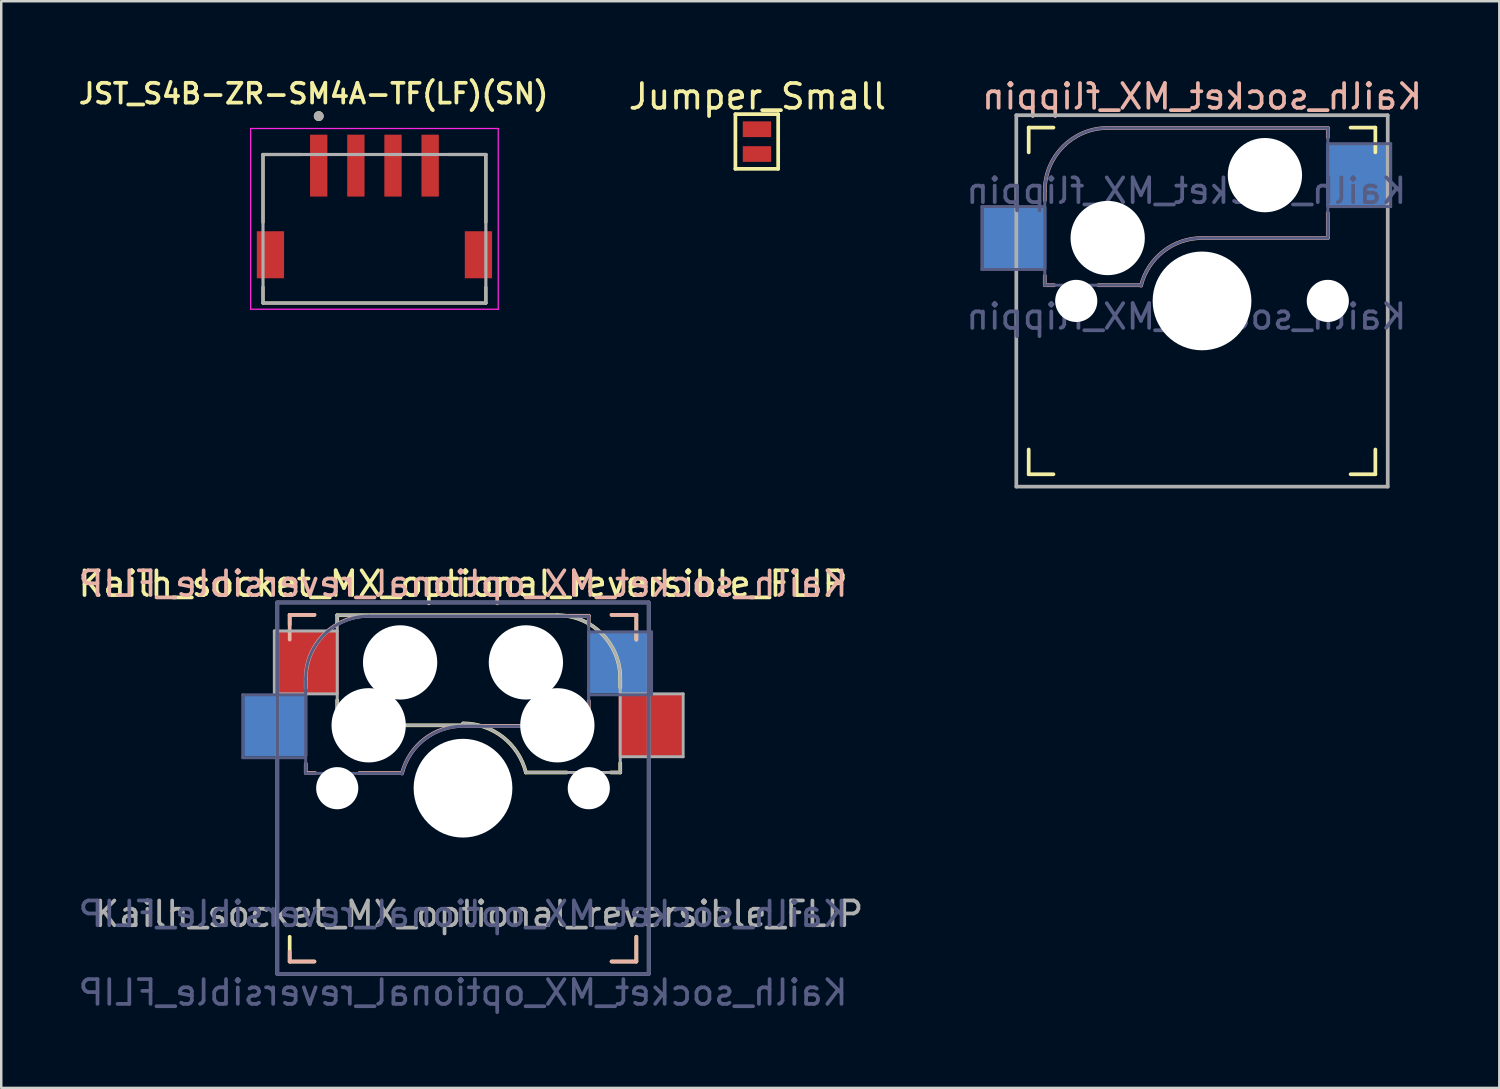
<source format=kicad_pcb>
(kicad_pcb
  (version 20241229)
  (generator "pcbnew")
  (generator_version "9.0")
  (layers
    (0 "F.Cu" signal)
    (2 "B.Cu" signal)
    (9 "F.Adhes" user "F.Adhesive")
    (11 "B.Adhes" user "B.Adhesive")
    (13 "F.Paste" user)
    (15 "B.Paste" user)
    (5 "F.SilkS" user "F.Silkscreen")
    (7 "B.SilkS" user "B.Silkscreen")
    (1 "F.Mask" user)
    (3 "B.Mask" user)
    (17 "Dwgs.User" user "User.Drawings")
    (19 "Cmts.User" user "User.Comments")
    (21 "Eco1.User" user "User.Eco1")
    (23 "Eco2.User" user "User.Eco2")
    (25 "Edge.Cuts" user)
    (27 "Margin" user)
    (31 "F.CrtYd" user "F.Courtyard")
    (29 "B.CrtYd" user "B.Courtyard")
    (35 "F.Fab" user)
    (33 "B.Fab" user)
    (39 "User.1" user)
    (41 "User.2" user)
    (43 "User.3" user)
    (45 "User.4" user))
  (footprint "Kailh_socket_MX_optional_reversible_FLIP"
    (layer "F.Cu")
    (at 15.649 28.782)
    (property "Reference" "Kailh_socket_MX_optional_reversible_FLIP" (at 0 -8.255 0) (layer "F.SilkS") (effects (font (size 1 1) (thickness 0.15))))
    (property "Value" "Kailh_socket_MX_optional_reversible_FLIP" (at 0 8.255 0) (layer "F.Fab") (hide yes) (effects (font (size 1 1) (thickness 0.15))))
    (attr smd)
    (fp_line (start -7 -7) (end -6 -7) (stroke (width 0.15) (type solid)) (layer "F.SilkS"))
    (fp_line (start -7 -6.604) (end -7 -7) (stroke (width 0.15) (type solid)) (layer "F.SilkS"))
    (fp_line (start -7 7) (end -7 6) (stroke (width 0.15) (type solid)) (layer "F.SilkS"))
    (fp_line (start -6 7) (end -7 7) (stroke (width 0.15) (type solid)) (layer "F.SilkS"))
    (fp_line (start -5.08 -6.985) (end -5.08 -6.604) (stroke (width 0.15) (type solid)) (layer "F.SilkS"))
    (fp_line (start -5.08 -3.556) (end -5.08 -3.175) (stroke (width 0.15) (type solid)) (layer "F.SilkS"))
    (fp_line (start -2.286 -2.54) (end 0 -2.54) (stroke (width 0.15) (type solid)) (layer "F.SilkS"))
    (fp_line (start 2.54 -0.635) (end 4.191 -0.635) (stroke (width 0.15) (type solid)) (layer "F.SilkS"))
    (fp_line (start 3.81 -6.985) (end -5.08 -6.985) (stroke (width 0.15) (type solid)) (layer "F.SilkS"))
    (fp_line (start 5.969 -0.635) (end 6.35 -0.635) (stroke (width 0.15) (type solid)) (layer "F.SilkS"))
    (fp_line (start 6 -7) (end 7 -7) (stroke (width 0.15) (type solid)) (layer "F.SilkS"))
    (fp_line (start 6.35 -4.445) (end 6.35 -4.064) (stroke (width 0.15) (type solid)) (layer "F.SilkS"))
    (fp_line (start 6.35 -0.635) (end 6.35 -1.016) (stroke (width 0.15) (type solid)) (layer "F.SilkS"))
    (fp_line (start 7 -7) (end 7 -6) (stroke (width 0.15) (type solid)) (layer "F.SilkS"))
    (fp_line (start 7 6) (end 7 7) (stroke (width 0.15) (type solid)) (layer "F.SilkS"))
    (fp_line (start 7 7) (end 6 7) (stroke (width 0.15) (type solid)) (layer "F.SilkS"))
    (fp_arc (start 0.000001 -2.618171) (mid 1.611255 -2.063656) (end 2.539999 -0.634999) (stroke (width 0.15) (type solid)) (layer "F.SilkS"))
    (fp_arc (start 3.81 -6.985) (mid 5.606051 -6.241051) (end 6.35 -4.445) (stroke (width 0.15) (type solid)) (layer "F.SilkS"))
    (fp_line (start -7 -7) (end -6 -7) (stroke (width 0.15) (type solid)) (layer "B.SilkS"))
    (fp_line (start -7 -6) (end -7 -7) (stroke (width 0.15) (type solid)) (layer "B.SilkS"))
    (fp_line (start -7 7) (end -7 6.604) (stroke (width 0.15) (type solid)) (layer "B.SilkS"))
    (fp_line (start -6.35 -4.422) (end -6.35 -4.041) (stroke (width 0.15) (type solid)) (layer "B.SilkS"))
    (fp_line (start -6.35 -0.993) (end -6.35 -0.612) (stroke (width 0.15) (type solid)) (layer "B.SilkS"))
    (fp_line (start -6.35 -0.612) (end -5.969 -0.612) (stroke (width 0.15) (type solid)) (layer "B.SilkS"))
    (fp_line (start -6 7) (end -7 7) (stroke (width 0.15) (type solid)) (layer "B.SilkS"))
    (fp_line (start -4.191 -0.612) (end -2.54 -0.612) (stroke (width 0.15) (type solid)) (layer "B.SilkS"))
    (fp_line (start 0 -2.517) (end 2.286 -2.517) (stroke (width 0.15) (type solid)) (layer "B.SilkS"))
    (fp_line (start 5.08 -6.962) (end -3.81 -6.962) (stroke (width 0.15) (type solid)) (layer "B.SilkS"))
    (fp_line (start 5.08 -6.581) (end 5.08 -6.962) (stroke (width 0.15) (type solid)) (layer "B.SilkS"))
    (fp_line (start 5.08 -3.152) (end 5.08 -3.533) (stroke (width 0.15) (type solid)) (layer "B.SilkS"))
    (fp_line (start 6 -7) (end 7 -7) (stroke (width 0.15) (type solid)) (layer "B.SilkS"))
    (fp_line (start 7 -7) (end 7 -6) (stroke (width 0.15) (type solid)) (layer "B.SilkS"))
    (fp_line (start 7 6) (end 7 7) (stroke (width 0.15) (type solid)) (layer "B.SilkS"))
    (fp_line (start 7 7) (end 6 7) (stroke (width 0.15) (type solid)) (layer "B.SilkS"))
    (fp_arc (start -6.35 -4.42214) (mid -5.606051 -6.218191) (end -3.81 -6.96214) (stroke (width 0.15) (type solid)) (layer "B.SilkS"))
    (fp_arc (start -2.464162 -0.59318) (mid -1.563147 -1.979182) (end 0 -2.51714) (stroke (width 0.15) (type solid)) (layer "B.SilkS"))
    (fp_line (start -6.9 6.9) (end -6.9 -6.9) (stroke (width 0.15) (type solid)) (layer "Eco2.User"))
    (fp_line (start -6.9 6.9) (end 6.9 6.9) (stroke (width 0.15) (type solid)) (layer "Eco2.User"))
    (fp_line (start 6.9 -6.9) (end -6.9 -6.9) (stroke (width 0.15) (type solid)) (layer "Eco2.User"))
    (fp_line (start 6.9 -6.9) (end 6.9 6.9) (stroke (width 0.15) (type solid)) (layer "Eco2.User"))
    (fp_line (start -8.895 -3.772) (end -8.895 -1.232) (stroke (width 0.12) (type solid)) (layer "B.Fab"))
    (fp_line (start -8.895 -1.232) (end -6.355 -1.232) (stroke (width 0.12) (type solid)) (layer "B.Fab"))
    (fp_line (start -7.5 -7.5) (end 7.5 -7.5) (stroke (width 0.15) (type solid)) (layer "B.Fab"))
    (fp_line (start -7.5 7.5) (end -7.5 -7.5) (stroke (width 0.15) (type solid)) (layer "B.Fab"))
    (fp_line (start -6.355 -4.407) (end -6.355 -0.597) (stroke (width 0.12) (type solid)) (layer "B.Fab"))
    (fp_line (start -6.355 -3.772) (end -8.895 -3.772) (stroke (width 0.12) (type solid)) (layer "B.Fab"))
    (fp_line (start -6.355 -0.597) (end -2.545 -0.597) (stroke (width 0.12) (type solid)) (layer "B.Fab"))
    (fp_line (start -0.005 -2.502) (end 5.075 -2.502) (stroke (width 0.12) (type solid)) (layer "B.Fab"))
    (fp_line (start 5.075 -6.947) (end -3.815 -6.947) (stroke (width 0.12) (type solid)) (layer "B.Fab"))
    (fp_line (start 5.075 -3.772) (end 7.615 -3.772) (stroke (width 0.12) (type solid)) (layer "B.Fab"))
    (fp_line (start 5.075 -2.502) (end 5.075 -6.947) (stroke (width 0.12) (type solid)) (layer "B.Fab"))
    (fp_line (start 7.5 -7.5) (end 7.5 7.5) (stroke (width 0.15) (type solid)) (layer "B.Fab"))
    (fp_line (start 7.5 7.5) (end -7.5 7.5) (stroke (width 0.15) (type solid)) (layer "B.Fab"))
    (fp_line (start 7.615 -6.312) (end 5.075 -6.312) (stroke (width 0.12) (type solid)) (layer "B.Fab"))
    (fp_line (start 7.615 -3.772) (end 7.615 -6.312) (stroke (width 0.12) (type solid)) (layer "B.Fab"))
    (fp_arc (start -6.35508 -4.4069) (mid -5.611131 -6.202951) (end -3.81508 -6.9469) (stroke (width 0.12) (type solid)) (layer "B.Fab"))
    (fp_arc (start -2.469242 -0.57794) (mid -1.568227 -1.963942) (end -0.00508 -2.5019) (stroke (width 0.12) (type solid)) (layer "B.Fab"))
    (fp_line (start -7.62 -6.35) (end -7.62 -3.81) (stroke (width 0.12) (type solid)) (layer "F.Fab"))
    (fp_line (start -7.62 -3.81) (end -5.08 -3.81) (stroke (width 0.12) (type solid)) (layer "F.Fab"))
    (fp_line (start -7.5 -7.5) (end 7.5 -7.5) (stroke (width 0.15) (type solid)) (layer "F.Fab"))
    (fp_line (start -7.5 7.5) (end -7.5 -7.5) (stroke (width 0.15) (type solid)) (layer "F.Fab"))
    (fp_line (start -5.08 -6.985) (end -5.08 -2.54) (stroke (width 0.12) (type solid)) (layer "F.Fab"))
    (fp_line (start -5.08 -6.35) (end -7.62 -6.35) (stroke (width 0.12) (type solid)) (layer "F.Fab"))
    (fp_line (start -5.08 -2.54) (end 0 -2.54) (stroke (width 0.12) (type solid)) (layer "F.Fab"))
    (fp_line (start 2.54 -0.635) (end 6.35 -0.635) (stroke (width 0.12) (type solid)) (layer "F.Fab"))
    (fp_line (start 3.81 -6.985) (end -5.08 -6.985) (stroke (width 0.12) (type solid)) (layer "F.Fab"))
    (fp_line (start 6.35 -1.27) (end 8.89 -1.27) (stroke (width 0.12) (type solid)) (layer "F.Fab"))
    (fp_line (start 6.35 -0.635) (end 6.35 -4.445) (stroke (width 0.12) (type solid)) (layer "F.Fab"))
    (fp_line (start 7.5 -7.5) (end 7.5 7.5) (stroke (width 0.15) (type solid)) (layer "F.Fab"))
    (fp_line (start 7.5 7.5) (end -7.5 7.5) (stroke (width 0.15) (type solid)) (layer "F.Fab"))
    (fp_line (start 8.89 -3.81) (end 6.35 -3.81) (stroke (width 0.12) (type solid)) (layer "F.Fab"))
    (fp_line (start 8.89 -1.27) (end 8.89 -3.81) (stroke (width 0.12) (type solid)) (layer "F.Fab"))
    (fp_arc (start 0.000001 -2.618171) (mid 1.611255 -2.063656) (end 2.539999 -0.634999) (stroke (width 0.12) (type solid)) (layer "F.Fab"))
    (fp_arc (start 3.81 -6.985) (mid 5.606051 -6.241051) (end 6.35 -4.445) (stroke (width 0.12) (type solid)) (layer "F.Fab"))
    (fp_text user "${REFERENCE}" (at 0 -8.255 0) (layer "B.SilkS") (effects (font (size 1 1) (thickness 0.15)) (justify mirror)))
    (fp_text user "${VALUE}" (at 0 8.255 0) (layer "B.Fab") (effects (font (size 1 1) (thickness 0.15)) (justify mirror)))
    (fp_text user "${REFERENCE}" (at 0 5.08 0) (layer "B.Fab") (effects (font (size 1 1) (thickness 0.15)) (justify mirror)))
    (fp_text user "${REFERENCE}" (at 0.635 5.08 0) (layer "F.Fab") (effects (font (size 1 1) (thickness 0.15))))
    (pad "" np_thru_hole circle (at -5.08 0) (size 1.702 1.702) (drill 1.702) (layers "*.Cu" "*.Mask"))
    (pad "" np_thru_hole circle (at -3.81 -2.54) (size 3 3) (drill 3) (layers "*.Cu" "*.Mask"))
    (pad "" np_thru_hole circle (at -2.54 -5.08) (size 3 3) (drill 3) (layers "*.Cu" "*.Mask"))
    (pad "" np_thru_hole circle (at 0 0) (size 3.988 3.988) (drill 3.988) (layers "*.Cu" "*.Mask"))
    (pad "" np_thru_hole circle (at 2.54 -5.08) (size 3 3) (drill 3) (layers "*.Cu" "*.Mask"))
    (pad "" np_thru_hole circle (at 3.81 -2.54) (size 3 3) (drill 3) (layers "*.Cu" "*.Mask"))
    (pad "" np_thru_hole circle (at 5.08 0) (size 1.702 1.702) (drill 1.702) (layers "*.Cu" "*.Mask"))
    (pad "1" smd rect (at -6.29 -5.08) (size 2.55 2.5) (layers "F.Cu" "F.Mask" "F.Paste"))
    (pad "1" smd rect (at 6.29 -5.08) (size 2.55 2.5) (layers "B.Cu" "B.Mask" "B.Paste"))
    (pad "2" smd rect (at -7.56 -2.54) (size 2.55 2.5) (layers "B.Cu" "B.Mask" "B.Paste"))
    (pad "2" smd rect (at 7.56 -2.54) (size 2.55 2.5) (layers "F.Cu" "F.Mask" "F.Paste")))
  (footprint "JST_S4B-ZR-SM4A-TF(LF)(SN)"
    (layer "F.Cu")
    (at 12.072 3.639)
    (property "Reference" "JST_S4B-ZR-SM4A-TF(LF)(SN)" (at -2.46 -2.908 0) (layer "F.SilkS") (effects (font (size 0.8 0.8) (thickness 0.15))))
    (attr through_hole)
    (fp_line (start -4.5 -0.45) (end -4.5 2.29) (stroke (width 0.127) (type solid)) (layer "F.SilkS"))
    (fp_line (start -4.5 4.91) (end -4.5 5.55) (stroke (width 0.127) (type solid)) (layer "F.SilkS"))
    (fp_line (start -4.5 5.55) (end 4.5 5.55) (stroke (width 0.127) (type solid)) (layer "F.SilkS"))
    (fp_line (start -2.97 -0.45) (end -4.5 -0.45) (stroke (width 0.127) (type solid)) (layer "F.SilkS"))
    (fp_line (start 2.97 -0.45) (end 4.5 -0.45) (stroke (width 0.127) (type solid)) (layer "F.SilkS"))
    (fp_line (start 4.5 -0.45) (end 4.5 2.29) (stroke (width 0.127) (type solid)) (layer "F.SilkS"))
    (fp_line (start 4.5 5.55) (end 4.5 4.91) (stroke (width 0.127) (type solid)) (layer "F.SilkS"))
    (fp_circle (center -2.25 -2) (end -2.15 -2) (stroke (width 0.2) (type solid)) (fill no) (layer "F.SilkS"))
    (fp_line (start -5 -1.5) (end 5 -1.5) (stroke (width 0.05) (type solid)) (layer "F.CrtYd"))
    (fp_line (start -5 5.8) (end -5 -1.5) (stroke (width 0.05) (type solid)) (layer "F.CrtYd"))
    (fp_line (start 5 -1.5) (end 5 5.8) (stroke (width 0.05) (type solid)) (layer "F.CrtYd"))
    (fp_line (start 5 5.8) (end -5 5.8) (stroke (width 0.05) (type solid)) (layer "F.CrtYd"))
    (fp_line (start -4.5 -0.45) (end 4.5 -0.45) (stroke (width 0.127) (type solid)) (layer "F.Fab"))
    (fp_line (start -4.5 5.55) (end -4.5 -0.45) (stroke (width 0.127) (type solid)) (layer "F.Fab"))
    (fp_line (start 4.5 -0.45) (end 4.5 5.55) (stroke (width 0.127) (type solid)) (layer "F.Fab"))
    (fp_line (start 4.5 5.55) (end -4.5 5.55) (stroke (width 0.127) (type solid)) (layer "F.Fab"))
    (fp_circle (center -2.25 -2) (end -2.15 -2) (stroke (width 0.2) (type solid)) (fill no) (layer "F.Fab"))
    (pad "1" smd rect (at -2.25 0 90) (size 2.5 0.7) (layers "F.Cu" "F.Mask" "F.Paste"))
    (pad "2" smd rect (at -0.75 0 90) (size 2.5 0.7) (layers "F.Cu" "F.Mask" "F.Paste"))
    (pad "3" smd rect (at 0.75 0 90) (size 2.5 0.7) (layers "F.Cu" "F.Mask" "F.Paste"))
    (pad "4" smd rect (at 2.25 0 90) (size 2.5 0.7) (layers "F.Cu" "F.Mask" "F.Paste"))
    (pad "S1" smd rect (at -4.2 3.6 90) (size 1.9 1.1) (layers "F.Cu" "F.Mask" "F.Paste"))
    (pad "S2" smd rect (at 4.2 3.6 90) (size 1.9 1.1) (layers "F.Cu" "F.Mask" "F.Paste")))
  (footprint "Jumper_Small"
    (layer "F.Cu")
    (at 27.539 2.728)
    (property "Reference" "Jumper_Small" (at 0 -1.88 0) (layer "F.SilkS") (effects (font (size 1 1) (thickness 0.15))))
    (attr through_hole)
    (fp_line (start -0.889 -1.168) (end 0.838 -1.168) (stroke (width 0.15) (type solid)) (layer "F.SilkS"))
    (fp_line (start -0.889 1.041) (end -0.889 -1.168) (stroke (width 0.15) (type solid)) (layer "F.SilkS"))
    (fp_line (start 0.838 -1.168) (end 0.838 1.041) (stroke (width 0.15) (type solid)) (layer "F.SilkS"))
    (fp_line (start 0.838 1.041) (end -0.889 1.041) (stroke (width 0.15) (type solid)) (layer "F.SilkS"))
    (pad "1" smd rect (at -0.019 -0.559 270) (size 0.635 1.143) (layers "F.Cu" "F.Mask" "F.Paste"))
    (pad "2" smd rect (at -0.019 0.442 270) (size 0.635 1.143) (layers "F.Cu" "F.Mask" "F.Paste")))
  (footprint "Kailh_socket_MX_flippin"
    (layer "F.Cu")
    (at 45.495 9.103)
    (property "Reference" "Kailh_socket_MX_flippin" (at 0 -8.255 0) (layer "B.SilkS") (effects (font (size 1 1) (thickness 0.15)) (justify mirror)))
    (property "Value" "Kailh_socket_MX_flippin" (at 0 8.255 0) (layer "F.Fab") (hide yes) (effects (font (size 1 1) (thickness 0.15))))
    (attr smd)
    (fp_line (start -7 -6) (end -7 -7) (stroke (width 0.15) (type solid)) (layer "F.SilkS"))
    (fp_line (start -7 7) (end -7 6) (stroke (width 0.15) (type solid)) (layer "F.SilkS"))
    (fp_line (start -7 7) (end -6 7) (stroke (width 0.15) (type solid)) (layer "F.SilkS"))
    (fp_line (start -6 -7) (end -7 -7) (stroke (width 0.15) (type solid)) (layer "F.SilkS"))
    (fp_line (start 6 7) (end 7 7) (stroke (width 0.15) (type solid)) (layer "F.SilkS"))
    (fp_line (start 7 -7) (end 6 -7) (stroke (width 0.15) (type solid)) (layer "F.SilkS"))
    (fp_line (start 7 -7) (end 7 -6) (stroke (width 0.15) (type solid)) (layer "F.SilkS"))
    (fp_line (start 7 6) (end 7 7) (stroke (width 0.15) (type solid)) (layer "F.SilkS"))
    (fp_line (start -6.35 -4.445) (end -6.35 -4.064) (stroke (width 0.15) (type solid)) (layer "B.SilkS"))
    (fp_line (start -6.35 -1.016) (end -6.35 -0.635) (stroke (width 0.15) (type solid)) (layer "B.SilkS"))
    (fp_line (start -5.969 -0.635) (end -6.35 -0.635) (stroke (width 0.15) (type solid)) (layer "B.SilkS"))
    (fp_line (start -3.81 -6.985) (end 5.08 -6.985) (stroke (width 0.15) (type solid)) (layer "B.SilkS"))
    (fp_line (start -2.464 -0.635) (end -4.191 -0.635) (stroke (width 0.15) (type solid)) (layer "B.SilkS"))
    (fp_line (start 5.08 -6.985) (end 5.08 -6.604) (stroke (width 0.15) (type solid)) (layer "B.SilkS"))
    (fp_line (start 5.08 -3.556) (end 5.08 -2.54) (stroke (width 0.15) (type solid)) (layer "B.SilkS"))
    (fp_line (start 5.08 -2.54) (end 0 -2.54) (stroke (width 0.15) (type solid)) (layer "B.SilkS"))
    (fp_arc (start -6.35 -4.445) (mid -5.606051 -6.241051) (end -3.81 -6.985) (stroke (width 0.15) (type solid)) (layer "B.SilkS"))
    (fp_arc (start -2.464162 -0.61604) (mid -1.563147 -2.002042) (end 0 -2.54) (stroke (width 0.15) (type solid)) (layer "B.SilkS"))
    (fp_line (start -6.9 6.9) (end -6.9 -6.9) (stroke (width 0.15) (type solid)) (layer "Eco2.User"))
    (fp_line (start -6.9 6.9) (end 6.9 6.9) (stroke (width 0.15) (type solid)) (layer "Eco2.User"))
    (fp_line (start 6.9 -6.9) (end -6.9 -6.9) (stroke (width 0.15) (type solid)) (layer "Eco2.User"))
    (fp_line (start 6.9 -6.9) (end 6.9 6.9) (stroke (width 0.15) (type solid)) (layer "Eco2.User"))
    (fp_line (start -8.89 -3.81) (end -6.35 -3.81) (stroke (width 0.12) (type solid)) (layer "B.Fab"))
    (fp_line (start -8.89 -1.27) (end -8.89 -3.81) (stroke (width 0.12) (type solid)) (layer "B.Fab"))
    (fp_line (start -6.35 -1.27) (end -8.89 -1.27) (stroke (width 0.12) (type solid)) (layer "B.Fab"))
    (fp_line (start -6.35 -0.635) (end -6.35 -4.445) (stroke (width 0.12) (type solid)) (layer "B.Fab"))
    (fp_line (start -6.35 -0.635) (end -2.54 -0.635) (stroke (width 0.12) (type solid)) (layer "B.Fab"))
    (fp_line (start -3.81 -6.985) (end 5.08 -6.985) (stroke (width 0.12) (type solid)) (layer "B.Fab"))
    (fp_line (start 5.08 -6.985) (end 5.08 -2.54) (stroke (width 0.12) (type solid)) (layer "B.Fab"))
    (fp_line (start 5.08 -6.35) (end 7.62 -6.35) (stroke (width 0.12) (type solid)) (layer "B.Fab"))
    (fp_line (start 5.08 -2.54) (end 0 -2.54) (stroke (width 0.12) (type solid)) (layer "B.Fab"))
    (fp_line (start 7.62 -6.35) (end 7.62 -3.81) (stroke (width 0.12) (type solid)) (layer "B.Fab"))
    (fp_line (start 7.62 -3.81) (end 5.08 -3.81) (stroke (width 0.12) (type solid)) (layer "B.Fab"))
    (fp_arc (start -6.35 -4.445) (mid -5.606051 -6.241051) (end -3.81 -6.985) (stroke (width 0.12) (type solid)) (layer "B.Fab"))
    (fp_arc (start -2.464162 -0.61604) (mid -1.563147 -2.002042) (end 0 -2.54) (stroke (width 0.12) (type solid)) (layer "B.Fab"))
    (fp_line (start -7.5 -7.5) (end 7.5 -7.5) (stroke (width 0.15) (type solid)) (layer "F.Fab"))
    (fp_line (start -7.5 7.5) (end -7.5 -7.5) (stroke (width 0.15) (type solid)) (layer "F.Fab"))
    (fp_line (start 7.5 -7.5) (end 7.5 7.5) (stroke (width 0.15) (type solid)) (layer "F.Fab"))
    (fp_line (start 7.5 7.5) (end -7.5 7.5) (stroke (width 0.15) (type solid)) (layer "F.Fab"))
    (fp_text user "${VALUE}" (at -0.635 0.635 0) (layer "B.Fab") (effects (font (size 1 1) (thickness 0.15)) (justify mirror)))
    (fp_text user "${REFERENCE}" (at -0.635 -4.445 0) (layer "B.Fab") (effects (font (size 1 1) (thickness 0.15)) (justify mirror)))
    (pad "" np_thru_hole circle (at -5.08 0) (size 1.702 1.702) (drill 1.702) (layers "*.Cu" "*.Mask"))
    (pad "" np_thru_hole circle (at -3.81 -2.54) (size 3 3) (drill 3) (layers "*.Cu" "*.Mask"))
    (pad "" np_thru_hole circle (at 0 0) (size 3.988 3.988) (drill 3.988) (layers "*.Cu" "*.Mask"))
    (pad "" np_thru_hole circle (at 2.54 -5.08) (size 3 3) (drill 3) (layers "*.Cu" "*.Mask"))
    (pad "" np_thru_hole circle (at 5.08 0) (size 1.702 1.702) (drill 1.702) (layers "*.Cu" "*.Mask"))
    (pad "1" smd rect (at -7.56 -2.54) (size 2.55 2.5) (layers "B.Cu" "B.Mask" "B.Paste"))
    (pad "2" smd rect (at 6.29 -5.08) (size 2.55 2.5) (layers "B.Cu" "B.Mask" "B.Paste")))
  (gr_rect
    (start -3 -3)
    (end 57.501 40.885)
    (stroke (width 0.1) (type default))
    (fill no)
    (layer "Edge.Cuts")))
</source>
